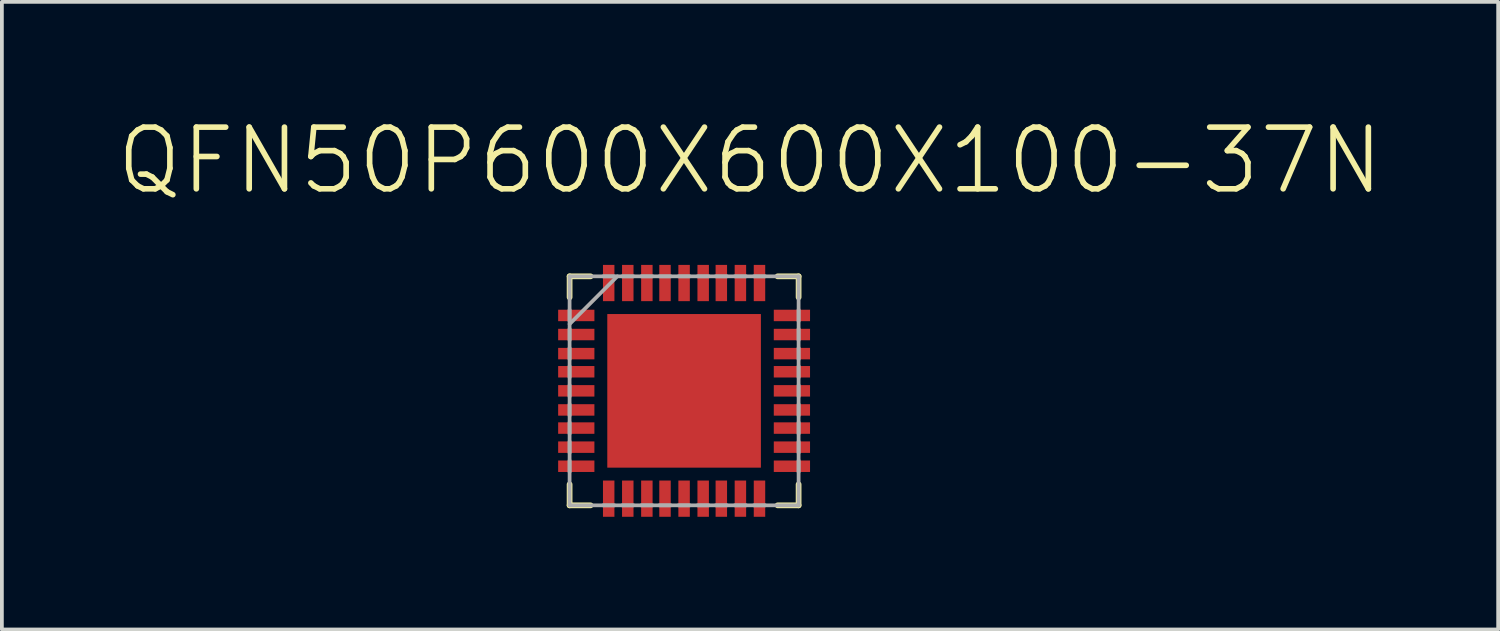
<source format=kicad_pcb>
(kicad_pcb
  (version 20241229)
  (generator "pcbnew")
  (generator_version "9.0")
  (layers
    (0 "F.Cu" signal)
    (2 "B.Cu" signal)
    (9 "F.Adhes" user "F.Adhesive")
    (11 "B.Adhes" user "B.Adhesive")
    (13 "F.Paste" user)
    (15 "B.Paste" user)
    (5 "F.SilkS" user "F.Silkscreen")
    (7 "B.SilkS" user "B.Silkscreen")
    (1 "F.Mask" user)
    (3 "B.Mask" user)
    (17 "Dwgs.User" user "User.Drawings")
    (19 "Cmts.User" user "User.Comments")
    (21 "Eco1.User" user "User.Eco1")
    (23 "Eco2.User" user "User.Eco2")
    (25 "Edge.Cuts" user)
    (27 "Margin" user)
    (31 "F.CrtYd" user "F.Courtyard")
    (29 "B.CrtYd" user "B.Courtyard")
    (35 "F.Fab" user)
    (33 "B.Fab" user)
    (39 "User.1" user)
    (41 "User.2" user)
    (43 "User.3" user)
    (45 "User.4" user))
  (footprint "QFN50P600X600X100-37N"
    (layer "F.Cu")
    (at 15.16 7.354)
    (property "Reference" "QFN50P600X600X100-37N" (at 1.755 -6.13 0) (layer "F.SilkS") (effects (font (size 1.642 1.642) (thickness 0.15))))
    (attr smd)
    (fp_line (start -3.048 -3.048) (end -3.048 -2.489) (stroke (width 0.152) (type solid)) (layer "F.SilkS"))
    (fp_line (start -3.048 2.489) (end -3.048 3.048) (stroke (width 0.152) (type solid)) (layer "F.SilkS"))
    (fp_line (start -3.048 3.048) (end -2.489 3.048) (stroke (width 0.152) (type solid)) (layer "F.SilkS"))
    (fp_line (start -2.489 -3.048) (end -3.048 -3.048) (stroke (width 0.152) (type solid)) (layer "F.SilkS"))
    (fp_line (start 2.489 3.048) (end 3.048 3.048) (stroke (width 0.152) (type solid)) (layer "F.SilkS"))
    (fp_line (start 3.048 -3.048) (end 2.489 -3.048) (stroke (width 0.152) (type solid)) (layer "F.SilkS"))
    (fp_line (start 3.048 -2.489) (end 3.048 -3.048) (stroke (width 0.152) (type solid)) (layer "F.SilkS"))
    (fp_line (start 3.048 3.048) (end 3.048 2.489) (stroke (width 0.152) (type solid)) (layer "F.SilkS"))
    (fp_line (start -3.048 -3.048) (end -3.048 3.048) (stroke (width 0.1) (type solid)) (layer "F.Fab"))
    (fp_line (start -3.048 -2.159) (end -3.048 -1.854) (stroke (width 0.1) (type solid)) (layer "F.Fab"))
    (fp_line (start -3.048 -1.778) (end -1.778 -3.048) (stroke (width 0.1) (type solid)) (layer "F.Fab"))
    (fp_line (start -3.048 -1.651) (end -3.048 -1.346) (stroke (width 0.1) (type solid)) (layer "F.Fab"))
    (fp_line (start -3.048 -1.143) (end -3.048 -0.838) (stroke (width 0.1) (type solid)) (layer "F.Fab"))
    (fp_line (start -3.048 -0.66) (end -3.048 -0.356) (stroke (width 0.1) (type solid)) (layer "F.Fab"))
    (fp_line (start -3.048 -0.152) (end -3.048 0.152) (stroke (width 0.1) (type solid)) (layer "F.Fab"))
    (fp_line (start -3.048 0.356) (end -3.048 0.66) (stroke (width 0.1) (type solid)) (layer "F.Fab"))
    (fp_line (start -3.048 0.838) (end -3.048 1.143) (stroke (width 0.1) (type solid)) (layer "F.Fab"))
    (fp_line (start -3.048 1.346) (end -3.048 1.651) (stroke (width 0.1) (type solid)) (layer "F.Fab"))
    (fp_line (start -3.048 1.854) (end -3.048 2.159) (stroke (width 0.1) (type solid)) (layer "F.Fab"))
    (fp_line (start -3.048 3.048) (end 3.048 3.048) (stroke (width 0.1) (type solid)) (layer "F.Fab"))
    (fp_line (start -2.159 3.048) (end -1.854 3.048) (stroke (width 0.1) (type solid)) (layer "F.Fab"))
    (fp_line (start -1.854 -3.048) (end -2.159 -3.048) (stroke (width 0.1) (type solid)) (layer "F.Fab"))
    (fp_line (start -1.651 3.048) (end -1.346 3.048) (stroke (width 0.1) (type solid)) (layer "F.Fab"))
    (fp_line (start -1.346 -3.048) (end -1.651 -3.048) (stroke (width 0.1) (type solid)) (layer "F.Fab"))
    (fp_line (start -1.143 3.048) (end -0.838 3.048) (stroke (width 0.1) (type solid)) (layer "F.Fab"))
    (fp_line (start -0.838 -3.048) (end -1.143 -3.048) (stroke (width 0.1) (type solid)) (layer "F.Fab"))
    (fp_line (start -0.66 3.048) (end -0.356 3.048) (stroke (width 0.1) (type solid)) (layer "F.Fab"))
    (fp_line (start -0.356 -3.048) (end -0.66 -3.048) (stroke (width 0.1) (type solid)) (layer "F.Fab"))
    (fp_line (start -0.152 3.048) (end 0.152 3.048) (stroke (width 0.1) (type solid)) (layer "F.Fab"))
    (fp_line (start 0.152 -3.048) (end -0.152 -3.048) (stroke (width 0.1) (type solid)) (layer "F.Fab"))
    (fp_line (start 0.356 3.048) (end 0.66 3.048) (stroke (width 0.1) (type solid)) (layer "F.Fab"))
    (fp_line (start 0.66 -3.048) (end 0.356 -3.048) (stroke (width 0.1) (type solid)) (layer "F.Fab"))
    (fp_line (start 0.838 3.048) (end 1.143 3.048) (stroke (width 0.1) (type solid)) (layer "F.Fab"))
    (fp_line (start 1.143 -3.048) (end 0.838 -3.048) (stroke (width 0.1) (type solid)) (layer "F.Fab"))
    (fp_line (start 1.346 3.048) (end 1.651 3.048) (stroke (width 0.1) (type solid)) (layer "F.Fab"))
    (fp_line (start 1.651 -3.048) (end 1.346 -3.048) (stroke (width 0.1) (type solid)) (layer "F.Fab"))
    (fp_line (start 1.854 3.048) (end 2.159 3.048) (stroke (width 0.1) (type solid)) (layer "F.Fab"))
    (fp_line (start 2.159 -3.048) (end 1.854 -3.048) (stroke (width 0.1) (type solid)) (layer "F.Fab"))
    (fp_line (start 3.048 -3.048) (end -3.048 -3.048) (stroke (width 0.1) (type solid)) (layer "F.Fab"))
    (fp_line (start 3.048 -1.854) (end 3.048 -2.159) (stroke (width 0.1) (type solid)) (layer "F.Fab"))
    (fp_line (start 3.048 -1.346) (end 3.048 -1.651) (stroke (width 0.1) (type solid)) (layer "F.Fab"))
    (fp_line (start 3.048 -0.838) (end 3.048 -1.143) (stroke (width 0.1) (type solid)) (layer "F.Fab"))
    (fp_line (start 3.048 -0.356) (end 3.048 -0.66) (stroke (width 0.1) (type solid)) (layer "F.Fab"))
    (fp_line (start 3.048 0.152) (end 3.048 -0.152) (stroke (width 0.1) (type solid)) (layer "F.Fab"))
    (fp_line (start 3.048 0.66) (end 3.048 0.356) (stroke (width 0.1) (type solid)) (layer "F.Fab"))
    (fp_line (start 3.048 1.143) (end 3.048 0.838) (stroke (width 0.1) (type solid)) (layer "F.Fab"))
    (fp_line (start 3.048 1.651) (end 3.048 1.346) (stroke (width 0.1) (type solid)) (layer "F.Fab"))
    (fp_line (start 3.048 2.159) (end 3.048 1.854) (stroke (width 0.1) (type solid)) (layer "F.Fab"))
    (fp_line (start 3.048 3.048) (end 3.048 -3.048) (stroke (width 0.1) (type solid)) (layer "F.Fab"))
    (pad "1" smd rect (at -2.87 -2.007 270) (size 0.305 0.965) (layers "F.Cu" "F.Mask" "F.Paste"))
    (pad "2" smd rect (at -2.87 -1.499 270) (size 0.305 0.965) (layers "F.Cu" "F.Mask" "F.Paste"))
    (pad "3" smd rect (at -2.87 -0.991 270) (size 0.305 0.965) (layers "F.Cu" "F.Mask" "F.Paste"))
    (pad "4" smd rect (at -2.87 -0.508 270) (size 0.305 0.965) (layers "F.Cu" "F.Mask" "F.Paste"))
    (pad "5" smd rect (at -2.87 0 270) (size 0.305 0.965) (layers "F.Cu" "F.Mask" "F.Paste"))
    (pad "6" smd rect (at -2.87 0.508 270) (size 0.305 0.965) (layers "F.Cu" "F.Mask" "F.Paste"))
    (pad "7" smd rect (at -2.87 0.991 270) (size 0.305 0.965) (layers "F.Cu" "F.Mask" "F.Paste"))
    (pad "8" smd rect (at -2.87 1.499 270) (size 0.305 0.965) (layers "F.Cu" "F.Mask" "F.Paste"))
    (pad "9" smd rect (at -2.87 2.007 270) (size 0.305 0.965) (layers "F.Cu" "F.Mask" "F.Paste"))
    (pad "10" smd rect (at -2.007 2.87 180) (size 0.305 0.965) (layers "F.Cu" "F.Mask" "F.Paste"))
    (pad "11" smd rect (at -1.499 2.87 180) (size 0.305 0.965) (layers "F.Cu" "F.Mask" "F.Paste"))
    (pad "12" smd rect (at -0.991 2.87 180) (size 0.305 0.965) (layers "F.Cu" "F.Mask" "F.Paste"))
    (pad "13" smd rect (at -0.508 2.87 180) (size 0.305 0.965) (layers "F.Cu" "F.Mask" "F.Paste"))
    (pad "14" smd rect (at 0 2.87 180) (size 0.305 0.965) (layers "F.Cu" "F.Mask" "F.Paste"))
    (pad "15" smd rect (at 0.508 2.87 180) (size 0.305 0.965) (layers "F.Cu" "F.Mask" "F.Paste"))
    (pad "16" smd rect (at 0.991 2.87 180) (size 0.305 0.965) (layers "F.Cu" "F.Mask" "F.Paste"))
    (pad "17" smd rect (at 1.499 2.87 180) (size 0.305 0.965) (layers "F.Cu" "F.Mask" "F.Paste"))
    (pad "18" smd rect (at 2.007 2.87 180) (size 0.305 0.965) (layers "F.Cu" "F.Mask" "F.Paste"))
    (pad "19" smd rect (at 2.87 2.007 270) (size 0.305 0.965) (layers "F.Cu" "F.Mask" "F.Paste"))
    (pad "20" smd rect (at 2.87 1.499 270) (size 0.305 0.965) (layers "F.Cu" "F.Mask" "F.Paste"))
    (pad "21" smd rect (at 2.87 0.991 270) (size 0.305 0.965) (layers "F.Cu" "F.Mask" "F.Paste"))
    (pad "22" smd rect (at 2.87 0.508 270) (size 0.305 0.965) (layers "F.Cu" "F.Mask" "F.Paste"))
    (pad "23" smd rect (at 2.87 0 270) (size 0.305 0.965) (layers "F.Cu" "F.Mask" "F.Paste"))
    (pad "24" smd rect (at 2.87 -0.508 270) (size 0.305 0.965) (layers "F.Cu" "F.Mask" "F.Paste"))
    (pad "25" smd rect (at 2.87 -0.991 270) (size 0.305 0.965) (layers "F.Cu" "F.Mask" "F.Paste"))
    (pad "26" smd rect (at 2.87 -1.499 270) (size 0.305 0.965) (layers "F.Cu" "F.Mask" "F.Paste"))
    (pad "27" smd rect (at 2.87 -2.007 270) (size 0.305 0.965) (layers "F.Cu" "F.Mask" "F.Paste"))
    (pad "28" smd rect (at 2.007 -2.87 180) (size 0.305 0.965) (layers "F.Cu" "F.Mask" "F.Paste"))
    (pad "29" smd rect (at 1.499 -2.87 180) (size 0.305 0.965) (layers "F.Cu" "F.Mask" "F.Paste"))
    (pad "30" smd rect (at 0.991 -2.87 180) (size 0.305 0.965) (layers "F.Cu" "F.Mask" "F.Paste"))
    (pad "31" smd rect (at 0.508 -2.87 180) (size 0.305 0.965) (layers "F.Cu" "F.Mask" "F.Paste"))
    (pad "32" smd rect (at 0 -2.87 180) (size 0.305 0.965) (layers "F.Cu" "F.Mask" "F.Paste"))
    (pad "33" smd rect (at -0.508 -2.87 180) (size 0.305 0.965) (layers "F.Cu" "F.Mask" "F.Paste"))
    (pad "34" smd rect (at -0.991 -2.87 180) (size 0.305 0.965) (layers "F.Cu" "F.Mask" "F.Paste"))
    (pad "35" smd rect (at -1.499 -2.87 180) (size 0.305 0.965) (layers "F.Cu" "F.Mask" "F.Paste"))
    (pad "36" smd rect (at -2.007 -2.87 180) (size 0.305 0.965) (layers "F.Cu" "F.Mask" "F.Paste"))
    (pad "37" smd rect (at 0 0) (size 4.089 4.089) (layers "F.Cu" "F.Mask" "F.Paste")))
  (gr_rect
    (start -3 -3)
    (end 36.83 13.707)
    (stroke (width 0.1) (type default))
    (fill no)
    (layer "Edge.Cuts")))
</source>
